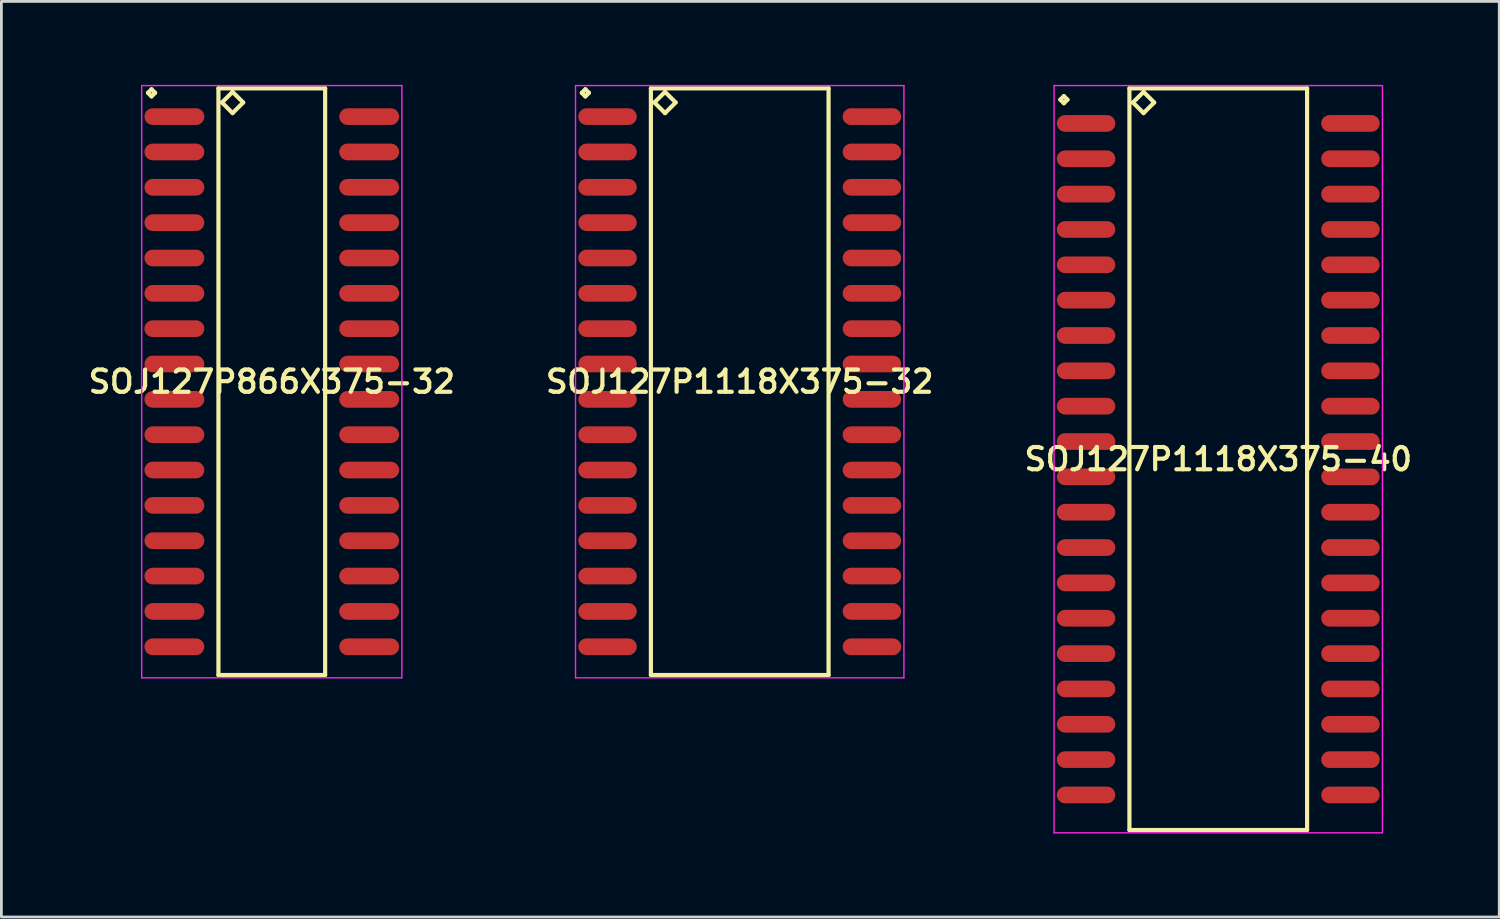
<source format=kicad_pcb>
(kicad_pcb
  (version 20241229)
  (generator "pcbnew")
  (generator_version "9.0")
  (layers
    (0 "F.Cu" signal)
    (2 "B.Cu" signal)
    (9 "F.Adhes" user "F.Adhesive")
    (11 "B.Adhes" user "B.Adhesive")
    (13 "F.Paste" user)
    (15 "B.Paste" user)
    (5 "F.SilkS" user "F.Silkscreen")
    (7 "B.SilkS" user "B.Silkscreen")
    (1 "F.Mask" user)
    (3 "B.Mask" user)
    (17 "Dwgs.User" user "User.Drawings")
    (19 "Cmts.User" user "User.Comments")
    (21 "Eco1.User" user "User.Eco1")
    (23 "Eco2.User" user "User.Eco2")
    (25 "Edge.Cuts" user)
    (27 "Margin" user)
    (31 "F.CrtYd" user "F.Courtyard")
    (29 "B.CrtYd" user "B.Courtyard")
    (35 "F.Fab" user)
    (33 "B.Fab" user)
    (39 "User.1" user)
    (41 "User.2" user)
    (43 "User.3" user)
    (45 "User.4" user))
  (footprint "SOJ127P866X375-32"
    (layer "F.Cu")
    (at 6.716 10.665)
    (property "Reference" "SOJ127P866X375-32" (at 0 0 0) (layer "F.SilkS") (effects (font (size 0.8 0.8) (thickness 0.15))))
    (attr smd)
    (fp_line (start -4.448 -10.379) (end -4.321 -10.506) (stroke (width 0.15) (type solid)) (layer "F.SilkS"))
    (fp_line (start -4.321 -10.506) (end -4.194 -10.379) (stroke (width 0.15) (type solid)) (layer "F.SilkS"))
    (fp_line (start -4.321 -10.252) (end -4.448 -10.379) (stroke (width 0.15) (type solid)) (layer "F.SilkS"))
    (fp_line (start -4.194 -10.379) (end -4.321 -10.252) (stroke (width 0.15) (type solid)) (layer "F.SilkS"))
    (fp_line (start -1.917 -10.54) (end -1.917 10.54) (stroke (width 0.15) (type solid)) (layer "F.SilkS"))
    (fp_line (start -1.917 10.54) (end 1.917 10.54) (stroke (width 0.15) (type solid)) (layer "F.SilkS"))
    (fp_line (start -1.79 -10.032) (end -1.409 -10.413) (stroke (width 0.15) (type solid)) (layer "F.SilkS"))
    (fp_line (start -1.409 -10.413) (end -1.028 -10.032) (stroke (width 0.15) (type solid)) (layer "F.SilkS"))
    (fp_line (start -1.409 -9.651) (end -1.79 -10.032) (stroke (width 0.15) (type solid)) (layer "F.SilkS"))
    (fp_line (start -1.028 -10.032) (end -1.409 -9.651) (stroke (width 0.15) (type solid)) (layer "F.SilkS"))
    (fp_line (start 1.917 -10.54) (end -1.917 -10.54) (stroke (width 0.15) (type solid)) (layer "F.SilkS"))
    (fp_line (start 1.917 10.54) (end 1.917 -10.54) (stroke (width 0.15) (type solid)) (layer "F.SilkS"))
    (fp_line (start -4.675 -10.64) (end 4.675 -10.64) (stroke (width 0.05) (type solid)) (layer "F.CrtYd"))
    (fp_line (start -4.675 10.64) (end -4.675 -10.64) (stroke (width 0.05) (type solid)) (layer "F.CrtYd"))
    (fp_line (start 4.675 -10.64) (end 4.675 10.64) (stroke (width 0.05) (type solid)) (layer "F.CrtYd"))
    (fp_line (start 4.675 10.64) (end -4.675 10.64) (stroke (width 0.05) (type solid)) (layer "F.CrtYd"))
    (pad "1" smd oval (at -3.5 -9.525) (size 2.15 0.6) (layers "F.Cu" "F.Mask" "F.Paste"))
    (pad "2" smd oval (at -3.5 -8.255) (size 2.15 0.6) (layers "F.Cu" "F.Mask" "F.Paste"))
    (pad "3" smd oval (at -3.5 -6.985) (size 2.15 0.6) (layers "F.Cu" "F.Mask" "F.Paste"))
    (pad "4" smd oval (at -3.5 -5.715) (size 2.15 0.6) (layers "F.Cu" "F.Mask" "F.Paste"))
    (pad "5" smd oval (at -3.5 -4.445) (size 2.15 0.6) (layers "F.Cu" "F.Mask" "F.Paste"))
    (pad "6" smd oval (at -3.5 -3.175) (size 2.15 0.6) (layers "F.Cu" "F.Mask" "F.Paste"))
    (pad "7" smd oval (at -3.5 -1.905) (size 2.15 0.6) (layers "F.Cu" "F.Mask" "F.Paste"))
    (pad "8" smd oval (at -3.5 -0.635) (size 2.15 0.6) (layers "F.Cu" "F.Mask" "F.Paste"))
    (pad "9" smd oval (at -3.5 0.635) (size 2.15 0.6) (layers "F.Cu" "F.Mask" "F.Paste"))
    (pad "10" smd oval (at -3.5 1.905) (size 2.15 0.6) (layers "F.Cu" "F.Mask" "F.Paste"))
    (pad "11" smd oval (at -3.5 3.175) (size 2.15 0.6) (layers "F.Cu" "F.Mask" "F.Paste"))
    (pad "12" smd oval (at -3.5 4.445) (size 2.15 0.6) (layers "F.Cu" "F.Mask" "F.Paste"))
    (pad "13" smd oval (at -3.5 5.715) (size 2.15 0.6) (layers "F.Cu" "F.Mask" "F.Paste"))
    (pad "14" smd oval (at -3.5 6.985) (size 2.15 0.6) (layers "F.Cu" "F.Mask" "F.Paste"))
    (pad "15" smd oval (at -3.5 8.255) (size 2.15 0.6) (layers "F.Cu" "F.Mask" "F.Paste"))
    (pad "16" smd oval (at -3.5 9.525) (size 2.15 0.6) (layers "F.Cu" "F.Mask" "F.Paste"))
    (pad "17" smd oval (at 3.5 9.525) (size 2.15 0.6) (layers "F.Cu" "F.Mask" "F.Paste"))
    (pad "18" smd oval (at 3.5 8.255) (size 2.15 0.6) (layers "F.Cu" "F.Mask" "F.Paste"))
    (pad "19" smd oval (at 3.5 6.985) (size 2.15 0.6) (layers "F.Cu" "F.Mask" "F.Paste"))
    (pad "20" smd oval (at 3.5 5.715) (size 2.15 0.6) (layers "F.Cu" "F.Mask" "F.Paste"))
    (pad "21" smd oval (at 3.5 4.445) (size 2.15 0.6) (layers "F.Cu" "F.Mask" "F.Paste"))
    (pad "22" smd oval (at 3.5 3.175) (size 2.15 0.6) (layers "F.Cu" "F.Mask" "F.Paste"))
    (pad "23" smd oval (at 3.5 1.905) (size 2.15 0.6) (layers "F.Cu" "F.Mask" "F.Paste"))
    (pad "24" smd oval (at 3.5 0.635) (size 2.15 0.6) (layers "F.Cu" "F.Mask" "F.Paste"))
    (pad "25" smd oval (at 3.5 -0.635) (size 2.15 0.6) (layers "F.Cu" "F.Mask" "F.Paste"))
    (pad "26" smd oval (at 3.5 -1.905) (size 2.15 0.6) (layers "F.Cu" "F.Mask" "F.Paste"))
    (pad "27" smd oval (at 3.5 -3.175) (size 2.15 0.6) (layers "F.Cu" "F.Mask" "F.Paste"))
    (pad "28" smd oval (at 3.5 -4.445) (size 2.15 0.6) (layers "F.Cu" "F.Mask" "F.Paste"))
    (pad "29" smd oval (at 3.5 -5.715) (size 2.15 0.6) (layers "F.Cu" "F.Mask" "F.Paste"))
    (pad "30" smd oval (at 3.5 -6.985) (size 2.15 0.6) (layers "F.Cu" "F.Mask" "F.Paste"))
    (pad "31" smd oval (at 3.5 -8.255) (size 2.15 0.6) (layers "F.Cu" "F.Mask" "F.Paste"))
    (pad "32" smd oval (at 3.5 -9.525) (size 2.15 0.6) (layers "F.Cu" "F.Mask" "F.Paste")))
  (footprint "SOJ127P1118X375-40"
    (layer "F.Cu")
    (at 40.725 13.45)
    (property "Reference" "SOJ127P1118X375-40" (at 0 0 0) (layer "F.SilkS") (effects (font (size 0.8 0.8) (thickness 0.15))))
    (attr smd)
    (fp_line (start -5.673 -12.919) (end -5.546 -13.046) (stroke (width 0.15) (type solid)) (layer "F.SilkS"))
    (fp_line (start -5.546 -13.046) (end -5.419 -12.919) (stroke (width 0.15) (type solid)) (layer "F.SilkS"))
    (fp_line (start -5.546 -12.792) (end -5.673 -12.919) (stroke (width 0.15) (type solid)) (layer "F.SilkS"))
    (fp_line (start -5.419 -12.919) (end -5.546 -12.792) (stroke (width 0.15) (type solid)) (layer "F.SilkS"))
    (fp_line (start -3.192 -13.325) (end -3.192 13.325) (stroke (width 0.15) (type solid)) (layer "F.SilkS"))
    (fp_line (start -3.192 13.325) (end 3.192 13.325) (stroke (width 0.15) (type solid)) (layer "F.SilkS"))
    (fp_line (start -3.065 -12.817) (end -2.684 -13.198) (stroke (width 0.15) (type solid)) (layer "F.SilkS"))
    (fp_line (start -2.684 -13.198) (end -2.303 -12.817) (stroke (width 0.15) (type solid)) (layer "F.SilkS"))
    (fp_line (start -2.684 -12.436) (end -3.065 -12.817) (stroke (width 0.15) (type solid)) (layer "F.SilkS"))
    (fp_line (start -2.303 -12.817) (end -2.684 -12.436) (stroke (width 0.15) (type solid)) (layer "F.SilkS"))
    (fp_line (start 3.192 -13.325) (end -3.192 -13.325) (stroke (width 0.15) (type solid)) (layer "F.SilkS"))
    (fp_line (start 3.192 13.325) (end 3.192 -13.325) (stroke (width 0.15) (type solid)) (layer "F.SilkS"))
    (fp_line (start -5.9 -13.425) (end 5.9 -13.425) (stroke (width 0.05) (type solid)) (layer "F.CrtYd"))
    (fp_line (start -5.9 13.425) (end -5.9 -13.425) (stroke (width 0.05) (type solid)) (layer "F.CrtYd"))
    (fp_line (start 5.9 -13.425) (end 5.9 13.425) (stroke (width 0.05) (type solid)) (layer "F.CrtYd"))
    (fp_line (start 5.9 13.425) (end -5.9 13.425) (stroke (width 0.05) (type solid)) (layer "F.CrtYd"))
    (pad "1" smd oval (at -4.75 -12.065) (size 2.1 0.6) (layers "F.Cu" "F.Mask" "F.Paste"))
    (pad "2" smd oval (at -4.75 -10.795) (size 2.1 0.6) (layers "F.Cu" "F.Mask" "F.Paste"))
    (pad "3" smd oval (at -4.75 -9.525) (size 2.1 0.6) (layers "F.Cu" "F.Mask" "F.Paste"))
    (pad "4" smd oval (at -4.75 -8.255) (size 2.1 0.6) (layers "F.Cu" "F.Mask" "F.Paste"))
    (pad "5" smd oval (at -4.75 -6.985) (size 2.1 0.6) (layers "F.Cu" "F.Mask" "F.Paste"))
    (pad "6" smd oval (at -4.75 -5.715) (size 2.1 0.6) (layers "F.Cu" "F.Mask" "F.Paste"))
    (pad "7" smd oval (at -4.75 -4.445) (size 2.1 0.6) (layers "F.Cu" "F.Mask" "F.Paste"))
    (pad "8" smd oval (at -4.75 -3.175) (size 2.1 0.6) (layers "F.Cu" "F.Mask" "F.Paste"))
    (pad "9" smd oval (at -4.75 -1.905) (size 2.1 0.6) (layers "F.Cu" "F.Mask" "F.Paste"))
    (pad "10" smd oval (at -4.75 -0.635) (size 2.1 0.6) (layers "F.Cu" "F.Mask" "F.Paste"))
    (pad "11" smd oval (at -4.75 0.635) (size 2.1 0.6) (layers "F.Cu" "F.Mask" "F.Paste"))
    (pad "12" smd oval (at -4.75 1.905) (size 2.1 0.6) (layers "F.Cu" "F.Mask" "F.Paste"))
    (pad "13" smd oval (at -4.75 3.175) (size 2.1 0.6) (layers "F.Cu" "F.Mask" "F.Paste"))
    (pad "14" smd oval (at -4.75 4.445) (size 2.1 0.6) (layers "F.Cu" "F.Mask" "F.Paste"))
    (pad "15" smd oval (at -4.75 5.715) (size 2.1 0.6) (layers "F.Cu" "F.Mask" "F.Paste"))
    (pad "16" smd oval (at -4.75 6.985) (size 2.1 0.6) (layers "F.Cu" "F.Mask" "F.Paste"))
    (pad "17" smd oval (at -4.75 8.255) (size 2.1 0.6) (layers "F.Cu" "F.Mask" "F.Paste"))
    (pad "18" smd oval (at -4.75 9.525) (size 2.1 0.6) (layers "F.Cu" "F.Mask" "F.Paste"))
    (pad "19" smd oval (at -4.75 10.795) (size 2.1 0.6) (layers "F.Cu" "F.Mask" "F.Paste"))
    (pad "20" smd oval (at -4.75 12.065) (size 2.1 0.6) (layers "F.Cu" "F.Mask" "F.Paste"))
    (pad "21" smd oval (at 4.75 12.065) (size 2.1 0.6) (layers "F.Cu" "F.Mask" "F.Paste"))
    (pad "22" smd oval (at 4.75 10.795) (size 2.1 0.6) (layers "F.Cu" "F.Mask" "F.Paste"))
    (pad "23" smd oval (at 4.75 9.525) (size 2.1 0.6) (layers "F.Cu" "F.Mask" "F.Paste"))
    (pad "24" smd oval (at 4.75 8.255) (size 2.1 0.6) (layers "F.Cu" "F.Mask" "F.Paste"))
    (pad "25" smd oval (at 4.75 6.985) (size 2.1 0.6) (layers "F.Cu" "F.Mask" "F.Paste"))
    (pad "26" smd oval (at 4.75 5.715) (size 2.1 0.6) (layers "F.Cu" "F.Mask" "F.Paste"))
    (pad "27" smd oval (at 4.75 4.445) (size 2.1 0.6) (layers "F.Cu" "F.Mask" "F.Paste"))
    (pad "28" smd oval (at 4.75 3.175) (size 2.1 0.6) (layers "F.Cu" "F.Mask" "F.Paste"))
    (pad "29" smd oval (at 4.75 1.905) (size 2.1 0.6) (layers "F.Cu" "F.Mask" "F.Paste"))
    (pad "30" smd oval (at 4.75 0.635) (size 2.1 0.6) (layers "F.Cu" "F.Mask" "F.Paste"))
    (pad "31" smd oval (at 4.75 -0.635) (size 2.1 0.6) (layers "F.Cu" "F.Mask" "F.Paste"))
    (pad "32" smd oval (at 4.75 -1.905) (size 2.1 0.6) (layers "F.Cu" "F.Mask" "F.Paste"))
    (pad "33" smd oval (at 4.75 -3.175) (size 2.1 0.6) (layers "F.Cu" "F.Mask" "F.Paste"))
    (pad "34" smd oval (at 4.75 -4.445) (size 2.1 0.6) (layers "F.Cu" "F.Mask" "F.Paste"))
    (pad "35" smd oval (at 4.75 -5.715) (size 2.1 0.6) (layers "F.Cu" "F.Mask" "F.Paste"))
    (pad "36" smd oval (at 4.75 -6.985) (size 2.1 0.6) (layers "F.Cu" "F.Mask" "F.Paste"))
    (pad "37" smd oval (at 4.75 -8.255) (size 2.1 0.6) (layers "F.Cu" "F.Mask" "F.Paste"))
    (pad "38" smd oval (at 4.75 -9.525) (size 2.1 0.6) (layers "F.Cu" "F.Mask" "F.Paste"))
    (pad "39" smd oval (at 4.75 -10.795) (size 2.1 0.6) (layers "F.Cu" "F.Mask" "F.Paste"))
    (pad "40" smd oval (at 4.75 -12.065) (size 2.1 0.6) (layers "F.Cu" "F.Mask" "F.Paste")))
  (footprint "SOJ127P1118X375-32"
    (layer "F.Cu")
    (at 23.53 10.665)
    (property "Reference" "SOJ127P1118X375-32" (at 0 0 0) (layer "F.SilkS") (effects (font (size 0.8 0.8) (thickness 0.15))))
    (attr smd)
    (fp_line (start -5.673 -10.379) (end -5.546 -10.506) (stroke (width 0.15) (type solid)) (layer "F.SilkS"))
    (fp_line (start -5.546 -10.506) (end -5.419 -10.379) (stroke (width 0.15) (type solid)) (layer "F.SilkS"))
    (fp_line (start -5.546 -10.252) (end -5.673 -10.379) (stroke (width 0.15) (type solid)) (layer "F.SilkS"))
    (fp_line (start -5.419 -10.379) (end -5.546 -10.252) (stroke (width 0.15) (type solid)) (layer "F.SilkS"))
    (fp_line (start -3.192 -10.54) (end -3.192 10.54) (stroke (width 0.15) (type solid)) (layer "F.SilkS"))
    (fp_line (start -3.192 10.54) (end 3.192 10.54) (stroke (width 0.15) (type solid)) (layer "F.SilkS"))
    (fp_line (start -3.065 -10.032) (end -2.684 -10.413) (stroke (width 0.15) (type solid)) (layer "F.SilkS"))
    (fp_line (start -2.684 -10.413) (end -2.303 -10.032) (stroke (width 0.15) (type solid)) (layer "F.SilkS"))
    (fp_line (start -2.684 -9.651) (end -3.065 -10.032) (stroke (width 0.15) (type solid)) (layer "F.SilkS"))
    (fp_line (start -2.303 -10.032) (end -2.684 -9.651) (stroke (width 0.15) (type solid)) (layer "F.SilkS"))
    (fp_line (start 3.192 -10.54) (end -3.192 -10.54) (stroke (width 0.15) (type solid)) (layer "F.SilkS"))
    (fp_line (start 3.192 10.54) (end 3.192 -10.54) (stroke (width 0.15) (type solid)) (layer "F.SilkS"))
    (fp_line (start -5.9 -10.64) (end 5.9 -10.64) (stroke (width 0.05) (type solid)) (layer "F.CrtYd"))
    (fp_line (start -5.9 10.64) (end -5.9 -10.64) (stroke (width 0.05) (type solid)) (layer "F.CrtYd"))
    (fp_line (start 5.9 -10.64) (end 5.9 10.64) (stroke (width 0.05) (type solid)) (layer "F.CrtYd"))
    (fp_line (start 5.9 10.64) (end -5.9 10.64) (stroke (width 0.05) (type solid)) (layer "F.CrtYd"))
    (pad "1" smd oval (at -4.75 -9.525) (size 2.1 0.6) (layers "F.Cu" "F.Mask" "F.Paste"))
    (pad "2" smd oval (at -4.75 -8.255) (size 2.1 0.6) (layers "F.Cu" "F.Mask" "F.Paste"))
    (pad "3" smd oval (at -4.75 -6.985) (size 2.1 0.6) (layers "F.Cu" "F.Mask" "F.Paste"))
    (pad "4" smd oval (at -4.75 -5.715) (size 2.1 0.6) (layers "F.Cu" "F.Mask" "F.Paste"))
    (pad "5" smd oval (at -4.75 -4.445) (size 2.1 0.6) (layers "F.Cu" "F.Mask" "F.Paste"))
    (pad "6" smd oval (at -4.75 -3.175) (size 2.1 0.6) (layers "F.Cu" "F.Mask" "F.Paste"))
    (pad "7" smd oval (at -4.75 -1.905) (size 2.1 0.6) (layers "F.Cu" "F.Mask" "F.Paste"))
    (pad "8" smd oval (at -4.75 -0.635) (size 2.1 0.6) (layers "F.Cu" "F.Mask" "F.Paste"))
    (pad "9" smd oval (at -4.75 0.635) (size 2.1 0.6) (layers "F.Cu" "F.Mask" "F.Paste"))
    (pad "10" smd oval (at -4.75 1.905) (size 2.1 0.6) (layers "F.Cu" "F.Mask" "F.Paste"))
    (pad "11" smd oval (at -4.75 3.175) (size 2.1 0.6) (layers "F.Cu" "F.Mask" "F.Paste"))
    (pad "12" smd oval (at -4.75 4.445) (size 2.1 0.6) (layers "F.Cu" "F.Mask" "F.Paste"))
    (pad "13" smd oval (at -4.75 5.715) (size 2.1 0.6) (layers "F.Cu" "F.Mask" "F.Paste"))
    (pad "14" smd oval (at -4.75 6.985) (size 2.1 0.6) (layers "F.Cu" "F.Mask" "F.Paste"))
    (pad "15" smd oval (at -4.75 8.255) (size 2.1 0.6) (layers "F.Cu" "F.Mask" "F.Paste"))
    (pad "16" smd oval (at -4.75 9.525) (size 2.1 0.6) (layers "F.Cu" "F.Mask" "F.Paste"))
    (pad "17" smd oval (at 4.75 9.525) (size 2.1 0.6) (layers "F.Cu" "F.Mask" "F.Paste"))
    (pad "18" smd oval (at 4.75 8.255) (size 2.1 0.6) (layers "F.Cu" "F.Mask" "F.Paste"))
    (pad "19" smd oval (at 4.75 6.985) (size 2.1 0.6) (layers "F.Cu" "F.Mask" "F.Paste"))
    (pad "20" smd oval (at 4.75 5.715) (size 2.1 0.6) (layers "F.Cu" "F.Mask" "F.Paste"))
    (pad "21" smd oval (at 4.75 4.445) (size 2.1 0.6) (layers "F.Cu" "F.Mask" "F.Paste"))
    (pad "22" smd oval (at 4.75 3.175) (size 2.1 0.6) (layers "F.Cu" "F.Mask" "F.Paste"))
    (pad "23" smd oval (at 4.75 1.905) (size 2.1 0.6) (layers "F.Cu" "F.Mask" "F.Paste"))
    (pad "24" smd oval (at 4.75 0.635) (size 2.1 0.6) (layers "F.Cu" "F.Mask" "F.Paste"))
    (pad "25" smd oval (at 4.75 -0.635) (size 2.1 0.6) (layers "F.Cu" "F.Mask" "F.Paste"))
    (pad "26" smd oval (at 4.75 -1.905) (size 2.1 0.6) (layers "F.Cu" "F.Mask" "F.Paste"))
    (pad "27" smd oval (at 4.75 -3.175) (size 2.1 0.6) (layers "F.Cu" "F.Mask" "F.Paste"))
    (pad "28" smd oval (at 4.75 -4.445) (size 2.1 0.6) (layers "F.Cu" "F.Mask" "F.Paste"))
    (pad "29" smd oval (at 4.75 -5.715) (size 2.1 0.6) (layers "F.Cu" "F.Mask" "F.Paste"))
    (pad "30" smd oval (at 4.75 -6.985) (size 2.1 0.6) (layers "F.Cu" "F.Mask" "F.Paste"))
    (pad "31" smd oval (at 4.75 -8.255) (size 2.1 0.6) (layers "F.Cu" "F.Mask" "F.Paste"))
    (pad "32" smd oval (at 4.75 -9.525) (size 2.1 0.6) (layers "F.Cu" "F.Mask" "F.Paste")))
  (gr_rect
    (start -3 -3)
    (end 50.822 29.9)
    (stroke (width 0.1) (type default))
    (fill no)
    (layer "Edge.Cuts")))
</source>
